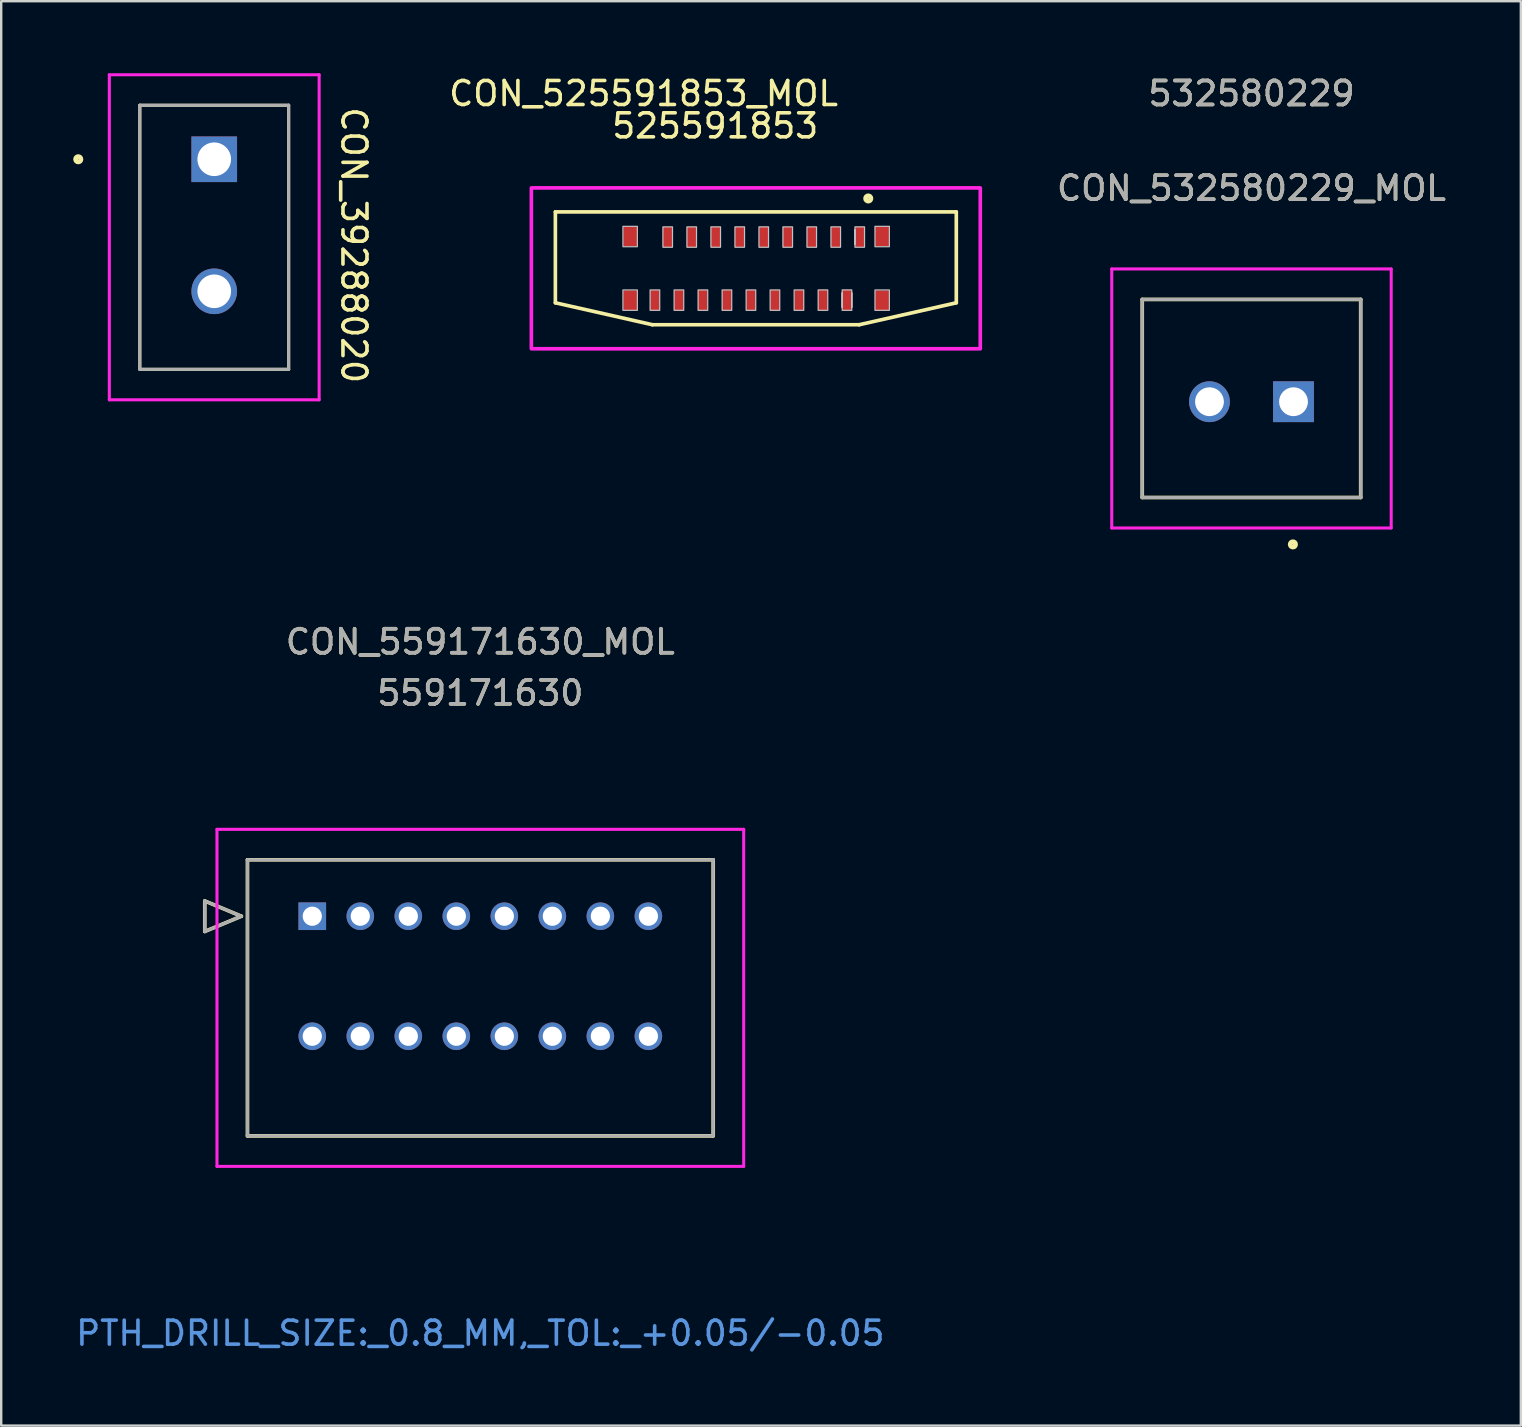
<source format=kicad_pcb>
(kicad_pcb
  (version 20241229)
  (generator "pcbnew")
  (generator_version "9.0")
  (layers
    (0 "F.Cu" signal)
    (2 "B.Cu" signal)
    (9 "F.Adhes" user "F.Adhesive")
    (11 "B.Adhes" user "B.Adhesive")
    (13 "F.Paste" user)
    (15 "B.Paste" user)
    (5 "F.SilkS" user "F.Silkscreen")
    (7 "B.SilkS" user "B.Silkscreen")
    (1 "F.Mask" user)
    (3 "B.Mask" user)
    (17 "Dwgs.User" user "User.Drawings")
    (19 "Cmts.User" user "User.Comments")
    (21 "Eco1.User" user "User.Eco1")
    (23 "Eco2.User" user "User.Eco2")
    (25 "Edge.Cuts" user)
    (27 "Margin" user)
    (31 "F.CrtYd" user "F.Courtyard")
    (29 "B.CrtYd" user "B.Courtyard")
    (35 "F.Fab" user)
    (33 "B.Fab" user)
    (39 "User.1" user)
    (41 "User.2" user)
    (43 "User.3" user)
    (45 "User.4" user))
  (footprint "CON_559171630_MOL"
    (layer "F.Cu")
    (at 9.958 35.115)
    (property "Reference" "CON_559171630_MOL" (at 7 -11.43 0) (unlocked yes) (layer "F.SilkS") (effects (font (size 1 1) (thickness 0.15))))
    (attr through_hole)
    (fp_line (start -4.478 -0.635) (end -4.478 0.635) (stroke (width 0.152) (type solid)) (layer "F.SilkS"))
    (fp_line (start -4.478 0.635) (end -2.954 0) (stroke (width 0.152) (type solid)) (layer "F.SilkS"))
    (fp_line (start -2.954 0) (end -4.478 -0.635) (stroke (width 0.152) (type solid)) (layer "F.SilkS"))
    (fp_line (start -2.7 -2.35) (end -2.7 9.15) (stroke (width 0.152) (type solid)) (layer "F.SilkS"))
    (fp_line (start -2.7 9.15) (end 16.7 9.15) (stroke (width 0.152) (type solid)) (layer "F.SilkS"))
    (fp_line (start 16.7 -2.35) (end -2.7 -2.35) (stroke (width 0.152) (type solid)) (layer "F.SilkS"))
    (fp_line (start 16.7 9.15) (end 16.7 -2.35) (stroke (width 0.152) (type solid)) (layer "F.SilkS"))
    (fp_line (start -3.97 -3.62) (end -3.97 10.42) (stroke (width 0.127) (type solid)) (layer "F.CrtYd"))
    (fp_line (start -3.97 10.42) (end 17.97 10.42) (stroke (width 0.127) (type solid)) (layer "F.CrtYd"))
    (fp_line (start 17.97 -3.62) (end -3.97 -3.62) (stroke (width 0.127) (type solid)) (layer "F.CrtYd"))
    (fp_line (start 17.97 10.42) (end 17.97 -3.62) (stroke (width 0.127) (type solid)) (layer "F.CrtYd"))
    (fp_line (start -4.478 -0.635) (end -4.478 0.635) (stroke (width 0.127) (type solid)) (layer "F.Fab"))
    (fp_line (start -4.478 0.635) (end -2.954 0) (stroke (width 0.127) (type solid)) (layer "F.Fab"))
    (fp_line (start -2.954 0) (end -4.478 -0.635) (stroke (width 0.127) (type solid)) (layer "F.Fab"))
    (fp_line (start -2.7 -2.35) (end -2.7 9.15) (stroke (width 0.127) (type solid)) (layer "F.Fab"))
    (fp_line (start -2.7 9.15) (end 16.7 9.15) (stroke (width 0.127) (type solid)) (layer "F.Fab"))
    (fp_line (start 16.7 -2.35) (end -2.7 -2.35) (stroke (width 0.127) (type solid)) (layer "F.Fab"))
    (fp_line (start 16.7 9.15) (end 16.7 -2.35) (stroke (width 0.127) (type solid)) (layer "F.Fab"))
    (fp_text user "559171630" (at 7 -9.3 0) (unlocked yes) (layer "F.SilkS") (effects (font (size 1 1) (thickness 0.15))))
    (fp_text user "PTH_DRILL_SIZE:_0.8_MM,_TOL:_+0.05/-0.05" (at 7 17.37 0) (unlocked yes) (layer "Cmts.User") (effects (font (size 1 1) (thickness 0.15))))
    (fp_text user "${REFERENCE}" (at 7 -11.43 0) (unlocked yes) (layer "F.Fab") (effects (font (size 1 1) (thickness 0.15))))
    (fp_text user "559171630" (at 7 -9.3 0) (unlocked yes) (layer "F.Fab") (effects (font (size 1 1) (thickness 0.15))))
    (pad "1" thru_hole rect (at 0 0) (size 1.15 1.15) (drill 0.8) (layers "*.Cu" "*.Mask"))
    (pad "2" thru_hole circle (at 0 5) (size 1.15 1.15) (drill 0.8) (layers "*.Cu" "*.Mask"))
    (pad "3" thru_hole circle (at 2 0 90) (size 1.15 1.15) (drill 0.8) (layers "*.Cu" "*.Mask"))
    (pad "4" thru_hole circle (at 2 5 90) (size 1.15 1.15) (drill 0.8) (layers "*.Cu" "*.Mask"))
    (pad "5" thru_hole circle (at 4 0 90) (size 1.15 1.15) (drill 0.8) (layers "*.Cu" "*.Mask"))
    (pad "6" thru_hole circle (at 4 5 90) (size 1.15 1.15) (drill 0.8) (layers "*.Cu" "*.Mask"))
    (pad "7" thru_hole circle (at 6 0 90) (size 1.15 1.15) (drill 0.8) (layers "*.Cu" "*.Mask"))
    (pad "8" thru_hole circle (at 6 5 90) (size 1.15 1.15) (drill 0.8) (layers "*.Cu" "*.Mask"))
    (pad "9" thru_hole circle (at 8 0 90) (size 1.15 1.15) (drill 0.8) (layers "*.Cu" "*.Mask"))
    (pad "10" thru_hole circle (at 8 5 90) (size 1.15 1.15) (drill 0.8) (layers "*.Cu" "*.Mask"))
    (pad "11" thru_hole circle (at 10 0 90) (size 1.15 1.15) (drill 0.8) (layers "*.Cu" "*.Mask"))
    (pad "12" thru_hole circle (at 10 5 90) (size 1.15 1.15) (drill 0.8) (layers "*.Cu" "*.Mask"))
    (pad "13" thru_hole circle (at 12 0 90) (size 1.15 1.15) (drill 0.8) (layers "*.Cu" "*.Mask"))
    (pad "14" thru_hole circle (at 12 5 90) (size 1.15 1.15) (drill 0.8) (layers "*.Cu" "*.Mask"))
    (pad "15" thru_hole circle (at 14 0 90) (size 1.15 1.15) (drill 0.8) (layers "*.Cu" "*.Mask"))
    (pad "16" thru_hole circle (at 14 5 90) (size 1.15 1.15) (drill 0.8) (layers "*.Cu" "*.Mask")))
  (footprint "CON_532580229_MOL"
    (layer "F.Cu")
    (at 50.83 13.683)
    (property "Reference" "CON_532580229_MOL" (at -1.75 -8.89 0) (unlocked yes) (layer "F.SilkS") (effects (font (size 1 1) (thickness 0.15))))
    (attr through_hole)
    (fp_line (start -6.3 -4.26) (end -6.3 3.99) (stroke (width 0.152) (type solid)) (layer "F.SilkS"))
    (fp_line (start -6.3 3.99) (end 2.8 3.99) (stroke (width 0.152) (type solid)) (layer "F.SilkS"))
    (fp_line (start 2.8 -4.26) (end -6.3 -4.26) (stroke (width 0.152) (type solid)) (layer "F.SilkS"))
    (fp_line (start 2.8 3.99) (end 2.8 -4.26) (stroke (width 0.152) (type solid)) (layer "F.SilkS"))
    (fp_circle (center -0.025 5.944) (end 0.085 5.944) (stroke (width 0.2) (type solid)) (fill no) (layer "F.SilkS"))
    (fp_line (start -7.57 -5.53) (end -7.57 5.26) (stroke (width 0.127) (type solid)) (layer "F.CrtYd"))
    (fp_line (start -7.57 5.26) (end 4.07 5.26) (stroke (width 0.127) (type solid)) (layer "F.CrtYd"))
    (fp_line (start 4.07 -5.53) (end -7.57 -5.53) (stroke (width 0.127) (type solid)) (layer "F.CrtYd"))
    (fp_line (start 4.07 5.26) (end 4.07 -5.53) (stroke (width 0.127) (type solid)) (layer "F.CrtYd"))
    (fp_line (start -6.3 -4.26) (end -6.3 3.99) (stroke (width 0.127) (type solid)) (layer "F.Fab"))
    (fp_line (start -6.3 3.99) (end 2.8 3.99) (stroke (width 0.127) (type solid)) (layer "F.Fab"))
    (fp_line (start 2.8 -4.26) (end -6.3 -4.26) (stroke (width 0.127) (type solid)) (layer "F.Fab"))
    (fp_line (start 2.8 3.99) (end 2.8 -4.26) (stroke (width 0.127) (type solid)) (layer "F.Fab"))
    (fp_text user "532580229" (at -1.75 -12.835 0) (unlocked yes) (layer "F.SilkS") (effects (font (size 1 1) (thickness 0.15))))
    (fp_text user "${REFERENCE}" (at -1.75 -8.89 0) (unlocked yes) (layer "F.Fab") (effects (font (size 1 1) (thickness 0.15))))
    (fp_text user "532580229" (at -1.75 -12.835 0) (unlocked yes) (layer "F.Fab") (effects (font (size 1 1) (thickness 0.15))))
    (pad "1" thru_hole rect (at 0 0) (size 1.7 1.7) (drill 1.2) (layers "*.Cu" "*.Mask"))
    (pad "2" thru_hole circle (at -3.5 0) (size 1.7 1.7) (drill 1.2) (layers "*.Cu" "*.Mask")))
  (footprint "CON_39288020"
    (layer "F.Cu")
    (at 5.874 3.584)
    (property "Reference" "CON_39288020" (at 5.817 3.581 270) (unlocked yes) (layer "F.SilkS") (effects (font (size 1 1) (thickness 0.15))))
    (attr through_hole)
    (fp_line (start -3.1 -2.25) (end -3.1 8.75) (stroke (width 0.127) (type solid)) (layer "F.SilkS"))
    (fp_line (start -3.1 8.75) (end 3.1 8.75) (stroke (width 0.127) (type solid)) (layer "F.SilkS"))
    (fp_line (start 3.1 -2.25) (end -3.1 -2.25) (stroke (width 0.127) (type solid)) (layer "F.SilkS"))
    (fp_line (start 3.1 8.75) (end 3.1 -2.25) (stroke (width 0.127) (type solid)) (layer "F.SilkS"))
    (fp_circle (center -5.664 0) (end -5.554 0) (stroke (width 0.2) (type solid)) (fill no) (layer "F.SilkS"))
    (fp_line (start -4.37 -3.52) (end -4.37 10.02) (stroke (width 0.127) (type solid)) (layer "F.CrtYd"))
    (fp_line (start -4.37 10.02) (end 4.37 10.02) (stroke (width 0.127) (type solid)) (layer "F.CrtYd"))
    (fp_line (start 4.37 -3.52) (end -4.37 -3.52) (stroke (width 0.127) (type solid)) (layer "F.CrtYd"))
    (fp_line (start 4.37 10.02) (end 4.37 -3.52) (stroke (width 0.127) (type solid)) (layer "F.CrtYd"))
    (fp_line (start -3.1 -2.25) (end -3.1 8.75) (stroke (width 0.127) (type solid)) (layer "F.Fab"))
    (fp_line (start -3.1 8.75) (end 3.1 8.75) (stroke (width 0.127) (type solid)) (layer "F.Fab"))
    (fp_line (start 3.1 -2.25) (end -3.1 -2.25) (stroke (width 0.127) (type solid)) (layer "F.Fab"))
    (fp_line (start 3.1 8.75) (end 3.1 -2.25) (stroke (width 0.127) (type solid)) (layer "F.Fab"))
    (pad "1" thru_hole rect (at 0 0) (size 1.9 1.9) (drill 1.4) (layers "*.Cu" "*.Mask"))
    (pad "2" thru_hole circle (at 0 5.5) (size 1.9 1.9) (drill 1.4) (layers "*.Cu" "*.Mask")))
  (footprint "CON_525591853_MOL"
    (layer "F.Cu")
    (at 28.24 7.782)
    (property "Reference" "CON_525591853_MOL" (at -4.48 -6.934 0) (layer "F.SilkS") (effects (font (size 1 1) (thickness 0.15))))
    (attr smd)
    (fp_line (start -8.156 -2.005) (end -8.156 1.781) (stroke (width 0.152) (type solid)) (layer "F.SilkS"))
    (fp_line (start -8.156 1.781) (end -4.112 2.695) (stroke (width 0.152) (type solid)) (layer "F.SilkS"))
    (fp_line (start -4.112 2.695) (end 4.5 2.695) (stroke (width 0.152) (type solid)) (layer "F.SilkS"))
    (fp_line (start 4.5 2.695) (end 8.544 1.781) (stroke (width 0.152) (type solid)) (layer "F.SilkS"))
    (fp_line (start 8.544 -2.005) (end -8.156 -2.005) (stroke (width 0.152) (type solid)) (layer "F.SilkS"))
    (fp_line (start 8.544 1.781) (end 8.544 -2.005) (stroke (width 0.152) (type solid)) (layer "F.SilkS"))
    (fp_circle (center 4.877 -2.565) (end 4.987 -2.565) (stroke (width 0.2) (type solid)) (fill no) (layer "F.SilkS"))
    (fp_line (start 3.79 1.37) (end 3.79 1.97) (stroke (width 0.05) (type solid)) (layer "Dwgs.User"))
    (fp_line (start 3.79 1.37) (end 3.79 1.97) (stroke (width 0.05) (type solid)) (layer "Dwgs.User"))
    (fp_line (start 3.79 1.37) (end 3.79 1.97) (stroke (width 0.05) (type solid)) (layer "Dwgs.User"))
    (fp_line (start 4.19 1.37) (end 4.19 1.97) (stroke (width 0.05) (type solid)) (layer "Dwgs.User"))
    (fp_line (start 4.19 1.37) (end 4.19 1.97) (stroke (width 0.05) (type solid)) (layer "Dwgs.User"))
    (fp_line (start 4.19 1.37) (end 4.19 1.97) (stroke (width 0.05) (type solid)) (layer "Dwgs.User"))
    (fp_line (start 4.322 -0.658) (end 4.322 -1.258) (stroke (width 0.05) (type solid)) (layer "Dwgs.User"))
    (fp_line (start 4.322 -0.658) (end 4.322 -1.258) (stroke (width 0.05) (type solid)) (layer "Dwgs.User"))
    (fp_line (start 4.322 -0.658) (end 4.322 -1.258) (stroke (width 0.05) (type solid)) (layer "Dwgs.User"))
    (fp_rect (start -4.741 -1.405) (end -5.342 -0.555) (stroke (width 0.05) (type solid)) (fill no) (layer "Dwgs.User"))
    (fp_rect (start -4.741 1.245) (end -5.342 2.095) (stroke (width 0.05) (type solid)) (fill no) (layer "Dwgs.User"))
    (fp_rect (start -3.81 1.245) (end -4.21 2.095) (stroke (width 0.05) (type solid)) (fill no) (layer "Dwgs.User"))
    (fp_rect (start -3.277 -1.383) (end -3.677 -0.533) (stroke (width 0.05) (type solid)) (fill no) (layer "Dwgs.User"))
    (fp_rect (start -2.81 1.245) (end -3.21 2.095) (stroke (width 0.05) (type solid)) (fill no) (layer "Dwgs.User"))
    (fp_rect (start -2.277 -1.383) (end -2.677 -0.533) (stroke (width 0.05) (type solid)) (fill no) (layer "Dwgs.User"))
    (fp_rect (start -1.81 1.245) (end -2.21 2.095) (stroke (width 0.05) (type solid)) (fill no) (layer "Dwgs.User"))
    (fp_rect (start -1.277 -1.383) (end -1.677 -0.533) (stroke (width 0.05) (type solid)) (fill no) (layer "Dwgs.User"))
    (fp_rect (start -0.81 1.245) (end -1.21 2.095) (stroke (width 0.05) (type solid)) (fill no) (layer "Dwgs.User"))
    (fp_rect (start -0.277 -1.383) (end -0.677 -0.533) (stroke (width 0.05) (type solid)) (fill no) (layer "Dwgs.User"))
    (fp_rect (start 0.19 1.245) (end -0.21 2.095) (stroke (width 0.05) (type solid)) (fill no) (layer "Dwgs.User"))
    (fp_rect (start 0.723 -1.383) (end 0.323 -0.533) (stroke (width 0.05) (type solid)) (fill no) (layer "Dwgs.User"))
    (fp_rect (start 1.19 1.245) (end 0.79 2.095) (stroke (width 0.05) (type solid)) (fill no) (layer "Dwgs.User"))
    (fp_rect (start 1.723 -1.383) (end 1.323 -0.533) (stroke (width 0.05) (type solid)) (fill no) (layer "Dwgs.User"))
    (fp_rect (start 2.19 1.245) (end 1.79 2.095) (stroke (width 0.05) (type solid)) (fill no) (layer "Dwgs.User"))
    (fp_rect (start 2.723 -1.383) (end 2.323 -0.533) (stroke (width 0.05) (type solid)) (fill no) (layer "Dwgs.User"))
    (fp_rect (start 3.19 1.245) (end 2.79 2.095) (stroke (width 0.05) (type solid)) (fill no) (layer "Dwgs.User"))
    (fp_rect (start 3.723 -1.383) (end 3.323 -0.533) (stroke (width 0.05) (type solid)) (fill no) (layer "Dwgs.User"))
    (fp_rect (start 4.19 1.245) (end 3.79 2.095) (stroke (width 0.05) (type solid)) (fill no) (layer "Dwgs.User"))
    (fp_rect (start 4.722 -1.383) (end 4.322 -0.533) (stroke (width 0.05) (type solid)) (fill no) (layer "Dwgs.User"))
    (fp_rect (start 5.757 -1.405) (end 5.156 -0.555) (stroke (width 0.05) (type solid)) (fill no) (layer "Dwgs.User"))
    (fp_rect (start 5.757 1.245) (end 5.156 2.095) (stroke (width 0.05) (type solid)) (fill no) (layer "Dwgs.User"))
    (fp_rect (start 9.544 -3.005) (end -9.156 3.695) (stroke (width 0.152) (type solid)) (fill no) (layer "F.CrtYd"))
    (fp_text user "525591853" (at -1.499 -5.588 0) (layer "F.SilkS") (effects (font (size 1 1) (thickness 0.15))))
    (pad " " smd rect (at -5.029 -0.991) (size 0.606 0.832) (layers "F.Cu" "F.Mask" "F.Paste"))
    (pad " " smd rect (at -5.029 1.676) (size 0.606 0.832) (layers "F.Cu" "F.Mask" "F.Paste"))
    (pad " " smd rect (at 5.461 -0.991) (size 0.606 0.832) (layers "F.Cu" "F.Mask" "F.Paste"))
    (pad " " smd rect (at 5.461 1.676) (size 0.606 0.832) (layers "F.Cu" "F.Mask" "F.Paste"))
    (pad "1" smd rect (at 4.525 -0.967) (size 0.4 0.85) (layers "F.Cu" "F.Mask" "F.Paste"))
    (pad "2" smd rect (at 3.988 1.66) (size 0.4 0.85) (layers "F.Cu" "F.Mask" "F.Paste"))
    (pad "3" smd rect (at 3.52 -0.963) (size 0.4 0.85) (layers "F.Cu" "F.Mask" "F.Paste"))
    (pad "4" smd rect (at 2.987 1.66) (size 0.4 0.85) (layers "F.Cu" "F.Mask" "F.Paste"))
    (pad "5" smd rect (at 2.525 -0.959) (size 0.4 0.85) (layers "F.Cu" "F.Mask" "F.Paste"))
    (pad "6" smd rect (at 2 1.67) (size 0.4 0.85) (layers "F.Cu" "F.Mask" "F.Paste"))
    (pad "7" smd rect (at 1.515 -0.959) (size 0.4 0.85) (layers "F.Cu" "F.Mask" "F.Paste"))
    (pad "8" smd rect (at 0.991 1.67) (size 0.4 0.85) (layers "F.Cu" "F.Mask" "F.Paste"))
    (pad "9" smd rect (at 0.528 -0.959) (size 0.4 0.85) (layers "F.Cu" "F.Mask" "F.Paste"))
    (pad "10" smd rect (at -0.009 1.666) (size 0.4 0.85) (layers "F.Cu" "F.Mask" "F.Paste"))
    (pad "11" smd rect (at -0.477 -0.966) (size 0.4 0.85) (layers "F.Cu" "F.Mask" "F.Paste"))
    (pad "12" smd rect (at -1.013 1.67) (size 0.4 0.85) (layers "F.Cu" "F.Mask" "F.Paste"))
    (pad "13" smd rect (at -1.485 -0.966) (size 0.4 0.85) (layers "F.Cu" "F.Mask" "F.Paste"))
    (pad "14" smd rect (at -2.02 1.665) (size 0.4 0.85) (layers "F.Cu" "F.Mask" "F.Paste"))
    (pad "15" smd rect (at -2.48 -0.957) (size 0.4 0.85) (layers "F.Cu" "F.Mask" "F.Paste"))
    (pad "16" smd rect (at -3.011 1.671) (size 0.4 0.85) (layers "F.Cu" "F.Mask" "F.Paste"))
    (pad "17" smd rect (at -3.479 -0.957) (size 0.4 0.85) (layers "F.Cu" "F.Mask" "F.Paste"))
    (pad "18" smd rect (at -4.01 1.67) (size 0.4 0.85) (layers "F.Cu" "F.Mask" "F.Paste")))
  (gr_rect
    (start -3 -3)
    (end 60.3 56.333)
    (stroke (width 0.1) (type default))
    (fill no)
    (layer "Edge.Cuts")))
</source>
